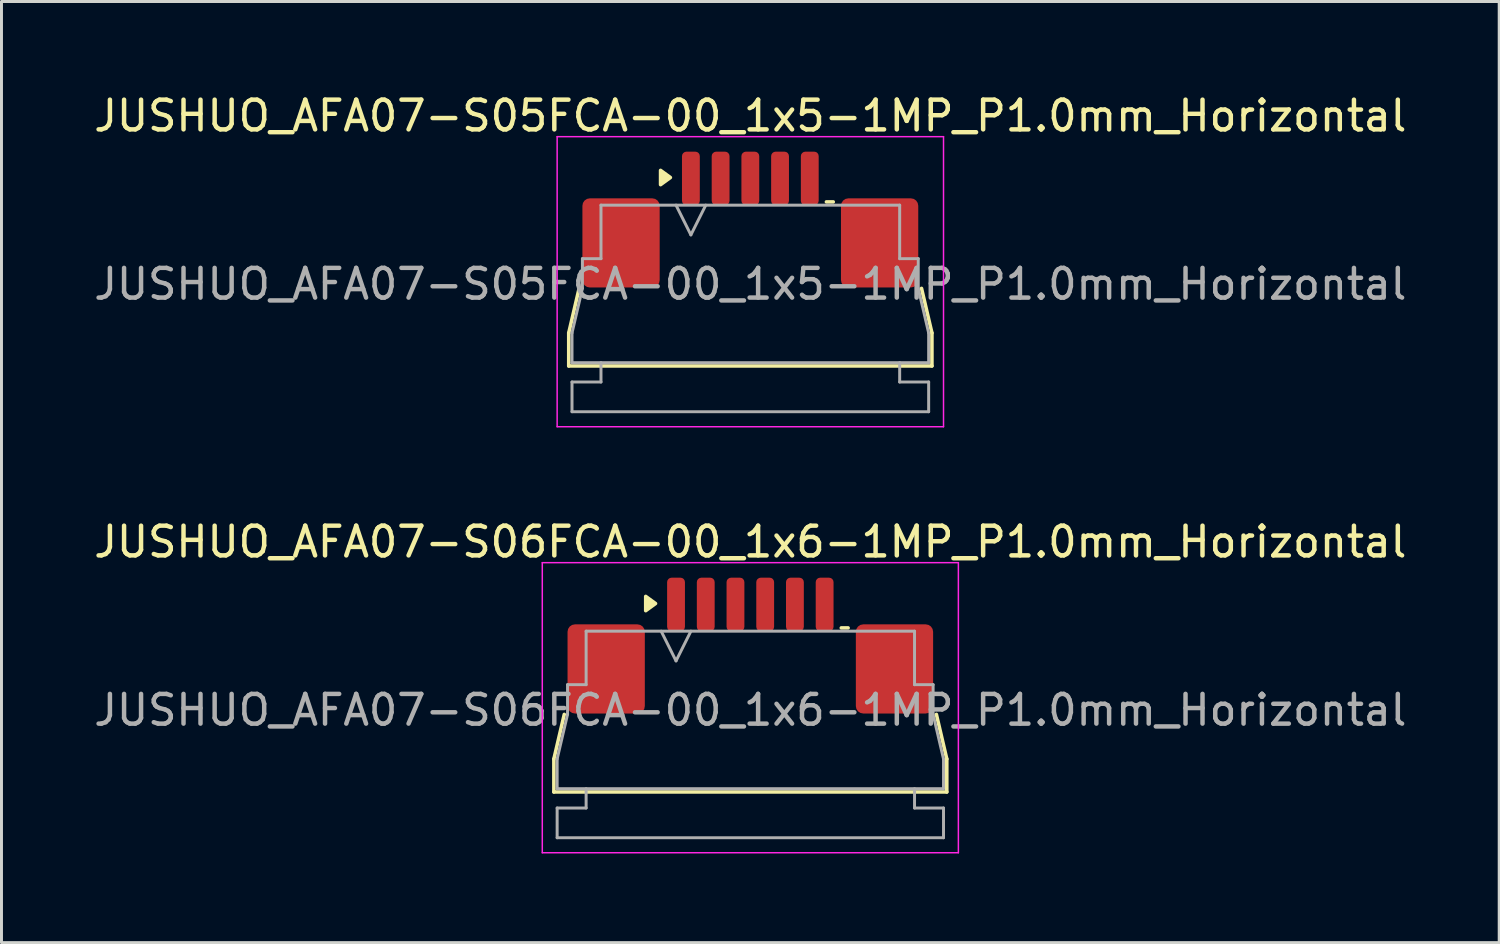
<source format=kicad_pcb>
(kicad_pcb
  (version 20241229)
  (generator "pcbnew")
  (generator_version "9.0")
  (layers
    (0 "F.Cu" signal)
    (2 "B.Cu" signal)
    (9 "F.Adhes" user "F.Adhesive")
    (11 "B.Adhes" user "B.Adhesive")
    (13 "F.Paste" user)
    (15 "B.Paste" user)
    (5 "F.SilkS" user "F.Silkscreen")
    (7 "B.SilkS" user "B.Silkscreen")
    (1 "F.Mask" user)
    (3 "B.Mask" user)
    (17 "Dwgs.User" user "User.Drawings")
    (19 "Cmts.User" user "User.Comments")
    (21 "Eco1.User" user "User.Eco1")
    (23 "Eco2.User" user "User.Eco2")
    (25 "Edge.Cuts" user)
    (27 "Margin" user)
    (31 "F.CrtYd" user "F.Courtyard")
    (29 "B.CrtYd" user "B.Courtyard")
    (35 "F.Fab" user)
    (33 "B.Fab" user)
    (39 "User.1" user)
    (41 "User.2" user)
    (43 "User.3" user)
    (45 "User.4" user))
  (footprint "JUSHUO_AFA07-S06FCA-00_1x6-1MP_P1.0mm_Horizontal"
    (layer "F.Cu")
    (at 22.196 20.662)
    (property "Reference" "JUSHUO_AFA07-S06FCA-00_1x6-1MP_P1.0mm_Horizontal" (at 0 -5.48 0) (layer "F.SilkS") (effects (font (size 1 1) (thickness 0.15))))
    (attr smd)
    (fp_line (start -6.61 1.825) (end -6.26 0.325) (stroke (width 0.12) (type solid)) (layer "F.SilkS"))
    (fp_line (start -6.61 2.935) (end -6.61 1.825) (stroke (width 0.12) (type solid)) (layer "F.SilkS"))
    (fp_line (start 3.06 -2.585) (end 3.29 -2.585) (stroke (width 0.12) (type solid)) (layer "F.SilkS"))
    (fp_line (start 6.26 0.325) (end 6.61 1.825) (stroke (width 0.12) (type solid)) (layer "F.SilkS"))
    (fp_line (start 6.61 1.825) (end 6.61 2.935) (stroke (width 0.12) (type solid)) (layer "F.SilkS"))
    (fp_line (start 6.61 2.935) (end -6.61 2.935) (stroke (width 0.12) (type solid)) (layer "F.SilkS"))
    (fp_poly (pts (xy -3.19 -3.405) (xy -3.52 -3.165) (xy -3.52 -3.645)) (stroke (width 0.12) (type solid)) (fill yes) (layer "F.SilkS"))
    (fp_line (start -7 -4.78) (end -7 4.98) (stroke (width 0.05) (type solid)) (layer "F.CrtYd"))
    (fp_line (start -7 4.98) (end 7 4.98) (stroke (width 0.05) (type solid)) (layer "F.CrtYd"))
    (fp_line (start 7 -4.78) (end -7 -4.78) (stroke (width 0.05) (type solid)) (layer "F.CrtYd"))
    (fp_line (start 7 4.98) (end 7 -4.78) (stroke (width 0.05) (type solid)) (layer "F.CrtYd"))
    (fp_line (start -6.5 1.825) (end -6.15 0.325) (stroke (width 0.1) (type solid)) (layer "F.Fab"))
    (fp_line (start -6.5 2.825) (end -6.5 1.825) (stroke (width 0.1) (type solid)) (layer "F.Fab"))
    (fp_line (start -6.5 3.475) (end -5.525 3.475) (stroke (width 0.1) (type solid)) (layer "F.Fab"))
    (fp_line (start -6.5 4.475) (end -6.5 3.475) (stroke (width 0.1) (type solid)) (layer "F.Fab"))
    (fp_line (start -6.15 -0.675) (end -5.525 -0.675) (stroke (width 0.1) (type solid)) (layer "F.Fab"))
    (fp_line (start -6.15 0.325) (end -6.15 -0.675) (stroke (width 0.1) (type solid)) (layer "F.Fab"))
    (fp_line (start -5.525 -2.475) (end 5.525 -2.475) (stroke (width 0.1) (type solid)) (layer "F.Fab"))
    (fp_line (start -5.525 -0.675) (end -5.525 -2.475) (stroke (width 0.1) (type solid)) (layer "F.Fab"))
    (fp_line (start -5.525 3.475) (end -5.525 2.825) (stroke (width 0.1) (type solid)) (layer "F.Fab"))
    (fp_line (start -3 -2.475) (end -2.5 -1.475) (stroke (width 0.1) (type solid)) (layer "F.Fab"))
    (fp_line (start -2.5 -1.475) (end -2 -2.475) (stroke (width 0.1) (type solid)) (layer "F.Fab"))
    (fp_line (start 5.525 -2.475) (end 5.525 -0.675) (stroke (width 0.1) (type solid)) (layer "F.Fab"))
    (fp_line (start 5.525 -0.675) (end 6.15 -0.675) (stroke (width 0.1) (type solid)) (layer "F.Fab"))
    (fp_line (start 5.525 2.825) (end 5.525 3.475) (stroke (width 0.1) (type solid)) (layer "F.Fab"))
    (fp_line (start 5.525 3.475) (end 6.5 3.475) (stroke (width 0.1) (type solid)) (layer "F.Fab"))
    (fp_line (start 6.15 -0.675) (end 6.15 0.325) (stroke (width 0.1) (type solid)) (layer "F.Fab"))
    (fp_line (start 6.15 0.325) (end 6.5 1.825) (stroke (width 0.1) (type solid)) (layer "F.Fab"))
    (fp_line (start 6.5 1.825) (end 6.5 2.825) (stroke (width 0.1) (type solid)) (layer "F.Fab"))
    (fp_line (start 6.5 2.825) (end -6.5 2.825) (stroke (width 0.1) (type solid)) (layer "F.Fab"))
    (fp_line (start 6.5 3.475) (end 6.5 4.475) (stroke (width 0.1) (type solid)) (layer "F.Fab"))
    (fp_line (start 6.5 4.475) (end -6.5 4.475) (stroke (width 0.1) (type solid)) (layer "F.Fab"))
    (fp_text user "${REFERENCE}" (at 0 0.18 0) (layer "F.Fab") (effects (font (size 1 1) (thickness 0.15))))
    (pad "1" smd roundrect (at -2.5 -3.375) (size 0.6 1.8) (layers "F.Cu" "F.Mask" "F.Paste") (roundrect_rratio 0.25))
    (pad "2" smd roundrect (at -1.5 -3.375) (size 0.6 1.8) (layers "F.Cu" "F.Mask" "F.Paste") (roundrect_rratio 0.25))
    (pad "3" smd roundrect (at -0.5 -3.375) (size 0.6 1.8) (layers "F.Cu" "F.Mask" "F.Paste") (roundrect_rratio 0.25))
    (pad "4" smd roundrect (at 0.5 -3.375) (size 0.6 1.8) (layers "F.Cu" "F.Mask" "F.Paste") (roundrect_rratio 0.25))
    (pad "5" smd roundrect (at 1.5 -3.375) (size 0.6 1.8) (layers "F.Cu" "F.Mask" "F.Paste") (roundrect_rratio 0.25))
    (pad "6" smd roundrect (at 2.5 -3.375) (size 0.6 1.8) (layers "F.Cu" "F.Mask" "F.Paste") (roundrect_rratio 0.25))
    (pad "MP" smd roundrect (at -4.85 -1.205) (size 2.6 3) (layers "F.Cu" "F.Mask" "F.Paste") (roundrect_rratio 0.096))
    (pad "MP" smd roundrect (at 4.85 -1.205) (size 2.6 3) (layers "F.Cu" "F.Mask" "F.Paste") (roundrect_rratio 0.096)))
  (footprint "JUSHUO_AFA07-S05FCA-00_1x5-1MP_P1.0mm_Horizontal"
    (layer "F.Cu")
    (at 22.196 6.328)
    (property "Reference" "JUSHUO_AFA07-S05FCA-00_1x5-1MP_P1.0mm_Horizontal" (at 0 -5.48 0) (layer "F.SilkS") (effects (font (size 1 1) (thickness 0.15))))
    (attr smd)
    (fp_line (start -6.11 1.825) (end -5.76 0.325) (stroke (width 0.12) (type solid)) (layer "F.SilkS"))
    (fp_line (start -6.11 2.935) (end -6.11 1.825) (stroke (width 0.12) (type solid)) (layer "F.SilkS"))
    (fp_line (start 2.56 -2.585) (end 2.79 -2.585) (stroke (width 0.12) (type solid)) (layer "F.SilkS"))
    (fp_line (start 5.76 0.325) (end 6.11 1.825) (stroke (width 0.12) (type solid)) (layer "F.SilkS"))
    (fp_line (start 6.11 1.825) (end 6.11 2.935) (stroke (width 0.12) (type solid)) (layer "F.SilkS"))
    (fp_line (start 6.11 2.935) (end -6.11 2.935) (stroke (width 0.12) (type solid)) (layer "F.SilkS"))
    (fp_poly (pts (xy -2.69 -3.405) (xy -3.02 -3.165) (xy -3.02 -3.645)) (stroke (width 0.12) (type solid)) (fill yes) (layer "F.SilkS"))
    (fp_line (start -6.5 -4.78) (end -6.5 4.98) (stroke (width 0.05) (type solid)) (layer "F.CrtYd"))
    (fp_line (start -6.5 4.98) (end 6.5 4.98) (stroke (width 0.05) (type solid)) (layer "F.CrtYd"))
    (fp_line (start 6.5 -4.78) (end -6.5 -4.78) (stroke (width 0.05) (type solid)) (layer "F.CrtYd"))
    (fp_line (start 6.5 4.98) (end 6.5 -4.78) (stroke (width 0.05) (type solid)) (layer "F.CrtYd"))
    (fp_line (start -6 1.825) (end -5.65 0.325) (stroke (width 0.1) (type solid)) (layer "F.Fab"))
    (fp_line (start -6 2.825) (end -6 1.825) (stroke (width 0.1) (type solid)) (layer "F.Fab"))
    (fp_line (start -6 3.475) (end -5.025 3.475) (stroke (width 0.1) (type solid)) (layer "F.Fab"))
    (fp_line (start -6 4.475) (end -6 3.475) (stroke (width 0.1) (type solid)) (layer "F.Fab"))
    (fp_line (start -5.65 -0.675) (end -5.025 -0.675) (stroke (width 0.1) (type solid)) (layer "F.Fab"))
    (fp_line (start -5.65 0.325) (end -5.65 -0.675) (stroke (width 0.1) (type solid)) (layer "F.Fab"))
    (fp_line (start -5.025 -2.475) (end 5.025 -2.475) (stroke (width 0.1) (type solid)) (layer "F.Fab"))
    (fp_line (start -5.025 -0.675) (end -5.025 -2.475) (stroke (width 0.1) (type solid)) (layer "F.Fab"))
    (fp_line (start -5.025 3.475) (end -5.025 2.825) (stroke (width 0.1) (type solid)) (layer "F.Fab"))
    (fp_line (start -2.5 -2.475) (end -2 -1.475) (stroke (width 0.1) (type solid)) (layer "F.Fab"))
    (fp_line (start -2 -1.475) (end -1.5 -2.475) (stroke (width 0.1) (type solid)) (layer "F.Fab"))
    (fp_line (start 5.025 -2.475) (end 5.025 -0.675) (stroke (width 0.1) (type solid)) (layer "F.Fab"))
    (fp_line (start 5.025 -0.675) (end 5.65 -0.675) (stroke (width 0.1) (type solid)) (layer "F.Fab"))
    (fp_line (start 5.025 2.825) (end 5.025 3.475) (stroke (width 0.1) (type solid)) (layer "F.Fab"))
    (fp_line (start 5.025 3.475) (end 6 3.475) (stroke (width 0.1) (type solid)) (layer "F.Fab"))
    (fp_line (start 5.65 -0.675) (end 5.65 0.325) (stroke (width 0.1) (type solid)) (layer "F.Fab"))
    (fp_line (start 5.65 0.325) (end 6 1.825) (stroke (width 0.1) (type solid)) (layer "F.Fab"))
    (fp_line (start 6 1.825) (end 6 2.825) (stroke (width 0.1) (type solid)) (layer "F.Fab"))
    (fp_line (start 6 2.825) (end -6 2.825) (stroke (width 0.1) (type solid)) (layer "F.Fab"))
    (fp_line (start 6 3.475) (end 6 4.475) (stroke (width 0.1) (type solid)) (layer "F.Fab"))
    (fp_line (start 6 4.475) (end -6 4.475) (stroke (width 0.1) (type solid)) (layer "F.Fab"))
    (fp_text user "${REFERENCE}" (at 0 0.18 0) (layer "F.Fab") (effects (font (size 1 1) (thickness 0.15))))
    (pad "1" smd roundrect (at -2 -3.375) (size 0.6 1.8) (layers "F.Cu" "F.Mask" "F.Paste") (roundrect_rratio 0.25))
    (pad "2" smd roundrect (at -1 -3.375) (size 0.6 1.8) (layers "F.Cu" "F.Mask" "F.Paste") (roundrect_rratio 0.25))
    (pad "3" smd roundrect (at 0 -3.375) (size 0.6 1.8) (layers "F.Cu" "F.Mask" "F.Paste") (roundrect_rratio 0.25))
    (pad "4" smd roundrect (at 1 -3.375) (size 0.6 1.8) (layers "F.Cu" "F.Mask" "F.Paste") (roundrect_rratio 0.25))
    (pad "5" smd roundrect (at 2 -3.375) (size 0.6 1.8) (layers "F.Cu" "F.Mask" "F.Paste") (roundrect_rratio 0.25))
    (pad "MP" smd roundrect (at -4.35 -1.205) (size 2.6 3) (layers "F.Cu" "F.Mask" "F.Paste") (roundrect_rratio 0.096))
    (pad "MP" smd roundrect (at 4.35 -1.205) (size 2.6 3) (layers "F.Cu" "F.Mask" "F.Paste") (roundrect_rratio 0.096)))
  (gr_rect
    (start -3 -3)
    (end 47.393 28.666)
    (stroke (width 0.1) (type default))
    (fill no)
    (layer "Edge.Cuts")))
</source>
